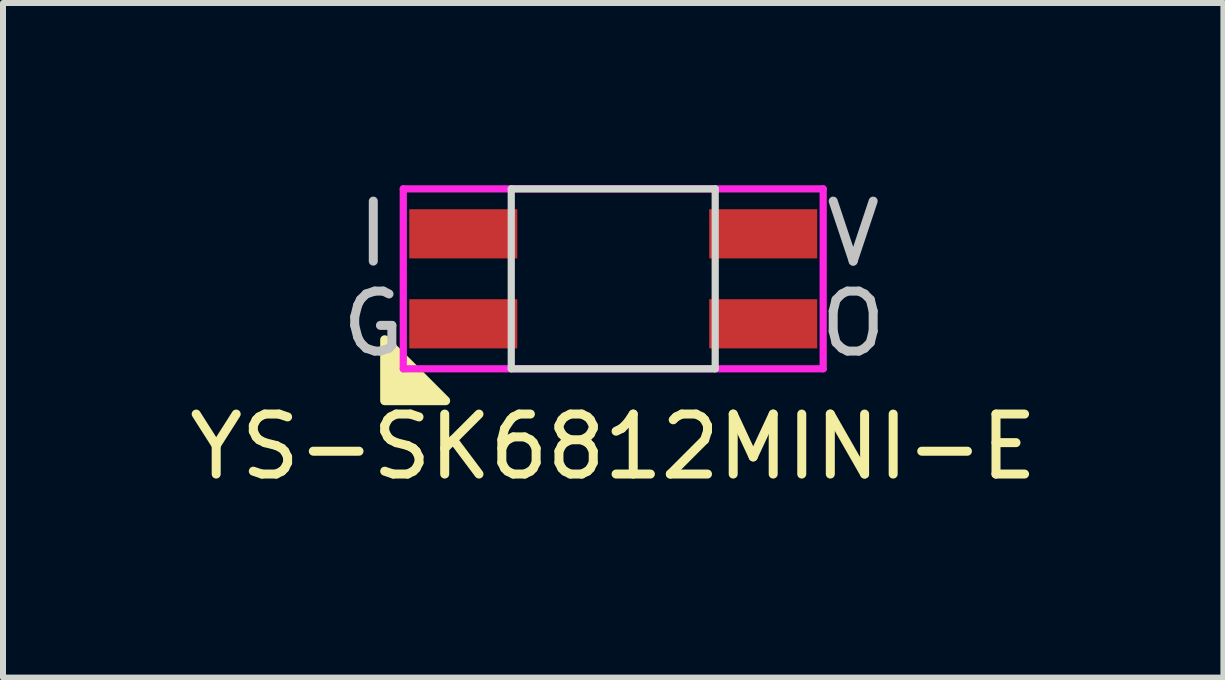
<source format=kicad_pcb>
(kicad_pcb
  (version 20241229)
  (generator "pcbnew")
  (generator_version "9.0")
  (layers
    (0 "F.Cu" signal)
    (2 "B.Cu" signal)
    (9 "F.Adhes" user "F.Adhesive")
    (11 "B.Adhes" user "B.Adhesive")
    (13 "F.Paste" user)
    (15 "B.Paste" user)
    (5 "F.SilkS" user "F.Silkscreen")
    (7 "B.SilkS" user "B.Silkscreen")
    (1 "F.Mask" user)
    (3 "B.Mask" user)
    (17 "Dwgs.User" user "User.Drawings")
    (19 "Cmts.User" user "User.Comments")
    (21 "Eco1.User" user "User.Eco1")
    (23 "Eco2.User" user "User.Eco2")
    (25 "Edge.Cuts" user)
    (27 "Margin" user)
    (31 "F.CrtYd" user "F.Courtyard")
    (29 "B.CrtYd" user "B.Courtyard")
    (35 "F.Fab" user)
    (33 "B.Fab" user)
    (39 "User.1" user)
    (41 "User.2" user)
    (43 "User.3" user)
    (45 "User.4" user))
  (footprint "YS-SK6812MINI-E"
    (layer "F.Cu")
    (at 7.173 1.598)
    (property "Reference" "YS-SK6812MINI-E" (at 0 2.8 0) (layer "F.SilkS") (effects (font (size 1 1) (thickness 0.15))))
    (attr through_hole)
    (fp_poly (pts (xy -3.81 1.016) (xy -2.794 2.032) (xy -3.81 2.032)) (stroke (width 0.15) (type solid)) (fill yes) (layer "F.SilkS"))
    (fp_line (start -1.7 -1.5) (end -1.7 1.5) (stroke (width 0.12) (type solid)) (layer "Edge.Cuts"))
    (fp_line (start -1.7 1.5) (end 1.7 1.5) (stroke (width 0.12) (type solid)) (layer "Edge.Cuts"))
    (fp_line (start 1.7 -1.5) (end -1.7 -1.5) (stroke (width 0.12) (type solid)) (layer "Edge.Cuts"))
    (fp_line (start 1.7 1.5) (end 1.7 -1.5) (stroke (width 0.12) (type solid)) (layer "Edge.Cuts"))
    (fp_line (start -3.5 -1.5) (end -3.5 1.5) (stroke (width 0.12) (type solid)) (layer "F.CrtYd"))
    (fp_line (start -3.5 1.5) (end 3.5 1.5) (stroke (width 0.12) (type solid)) (layer "F.CrtYd"))
    (fp_line (start 3.5 -1.5) (end -3.5 -1.5) (stroke (width 0.12) (type solid)) (layer "F.CrtYd"))
    (fp_line (start 3.5 1.5) (end 3.5 -1.5) (stroke (width 0.12) (type solid)) (layer "F.CrtYd"))
    (fp_text user "O" (at 4 0.75 0) (layer "Dwgs.User") (effects (font (size 1 1) (thickness 0.15))))
    (fp_text user "V" (at 4 -0.75 0) (layer "Dwgs.User") (effects (font (size 1 1) (thickness 0.15))))
    (fp_text user "I" (at -4 -0.75 0) (layer "Dwgs.User") (effects (font (size 1 1) (thickness 0.15))))
    (fp_text user "G" (at -4 0.75 0) (layer "Dwgs.User") (effects (font (size 1 1) (thickness 0.15))))
    (pad "1" smd rect (at 2.5 -0.75) (size 1.8 0.82) (layers "F.Cu" "F.Mask" "F.Paste"))
    (pad "2" smd rect (at 2.5 0.75) (size 1.8 0.82) (layers "F.Cu" "F.Mask" "F.Paste"))
    (pad "3" smd rect (at -2.5 0.75) (size 1.8 0.82) (layers "F.Cu" "F.Mask" "F.Paste"))
    (pad "4" smd rect (at -2.5 -0.75) (size 1.8 0.82) (layers "F.Cu" "F.Mask" "F.Paste")))
  (gr_rect
    (start -3 -3)
    (end 17.345 8.246)
    (stroke (width 0.1) (type default))
    (fill no)
    (layer "Edge.Cuts")))
</source>
